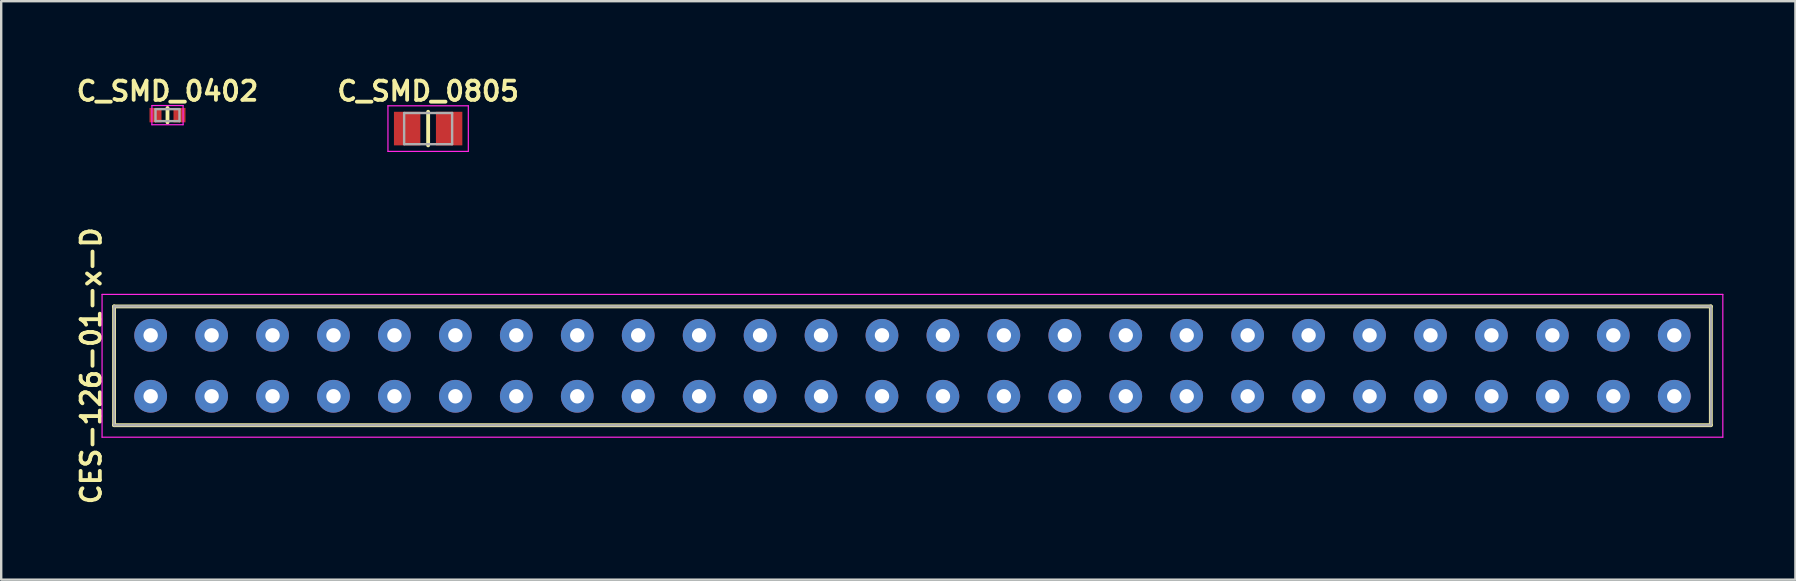
<source format=kicad_pcb>
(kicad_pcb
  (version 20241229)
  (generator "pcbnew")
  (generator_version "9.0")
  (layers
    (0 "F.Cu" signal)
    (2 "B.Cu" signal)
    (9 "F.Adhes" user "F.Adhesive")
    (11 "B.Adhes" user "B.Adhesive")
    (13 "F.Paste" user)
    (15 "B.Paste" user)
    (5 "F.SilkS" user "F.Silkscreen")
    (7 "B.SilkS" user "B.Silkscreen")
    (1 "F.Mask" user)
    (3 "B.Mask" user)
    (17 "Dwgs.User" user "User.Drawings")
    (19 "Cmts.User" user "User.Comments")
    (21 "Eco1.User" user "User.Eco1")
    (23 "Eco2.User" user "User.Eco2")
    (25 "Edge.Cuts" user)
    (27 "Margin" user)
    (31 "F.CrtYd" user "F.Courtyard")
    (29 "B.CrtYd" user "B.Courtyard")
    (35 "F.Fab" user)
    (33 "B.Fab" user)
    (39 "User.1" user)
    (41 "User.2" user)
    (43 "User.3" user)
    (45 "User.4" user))
  (footprint "C_SMD_0805"
    (layer "F.Cu")
    (at 14.794 2.309)
    (property "Reference" "C_SMD_0805" (at 0 -1.56 0) (layer "F.SilkS") (effects (font (size 0.8 0.8) (thickness 0.16))))
    (attr through_hole)
    (fp_line (start 0 -0.7) (end 0 0.7) (stroke (width 0.16) (type solid)) (layer "F.SilkS"))
    (fp_line (start -1.675 0.95) (end -1.675 -0.95) (stroke (width 0.05) (type solid)) (layer "F.CrtYd"))
    (fp_line (start -1.675 0.95) (end 1.675 0.95) (stroke (width 0.05) (type solid)) (layer "F.CrtYd"))
    (fp_line (start 1.675 -0.95) (end -1.675 -0.95) (stroke (width 0.05) (type solid)) (layer "F.CrtYd"))
    (fp_line (start 1.675 -0.95) (end 1.675 0.95) (stroke (width 0.05) (type solid)) (layer "F.CrtYd"))
    (fp_line (start -1 -0.65) (end -1 0.65) (stroke (width 0.1) (type solid)) (layer "F.Fab"))
    (fp_line (start -1 0.65) (end 1 0.65) (stroke (width 0.1) (type solid)) (layer "F.Fab"))
    (fp_line (start 1 -0.65) (end -1 -0.65) (stroke (width 0.1) (type solid)) (layer "F.Fab"))
    (fp_line (start 1 0.65) (end 1 -0.65) (stroke (width 0.1) (type solid)) (layer "F.Fab"))
    (pad "1" smd rect (at -0.875 0) (size 1.1 1.4) (layers "F.Cu" "F.Mask" "F.Paste"))
    (pad "2" smd rect (at 0.875 0) (size 1.1 1.4) (layers "F.Cu" "F.Mask" "F.Paste")))
  (footprint "CES-126-01-x-D"
    (layer "F.Cu")
    (at 3.229 13.466)
    (property "Reference" "CES-126-01-x-D" (at -2.48 -1.27 90) (layer "F.SilkS") (effects (font (size 0.8 0.8) (thickness 0.16))))
    (attr through_hole)
    (fp_line (start -1.525 -3.745) (end -1.525 1.205) (stroke (width 0.16) (type solid)) (layer "F.SilkS"))
    (fp_line (start -1.525 -3.745) (end 65.025 -3.745) (stroke (width 0.16) (type solid)) (layer "F.SilkS"))
    (fp_line (start -1.525 1.205) (end 65.025 1.205) (stroke (width 0.16) (type solid)) (layer "F.SilkS"))
    (fp_line (start 65.025 -3.745) (end 65.025 1.205) (stroke (width 0.16) (type solid)) (layer "F.SilkS"))
    (fp_line (start -2.025 -4.245) (end -2.025 1.705) (stroke (width 0.05) (type solid)) (layer "F.CrtYd"))
    (fp_line (start -2.025 -4.245) (end 65.525 -4.245) (stroke (width 0.05) (type solid)) (layer "F.CrtYd"))
    (fp_line (start 65.525 1.705) (end -2.025 1.705) (stroke (width 0.05) (type solid)) (layer "F.CrtYd"))
    (fp_line (start 65.525 1.705) (end 65.525 -4.245) (stroke (width 0.05) (type solid)) (layer "F.CrtYd"))
    (fp_line (start -1.525 -3.745) (end 65.025 -3.745) (stroke (width 0.1) (type solid)) (layer "F.Fab"))
    (fp_line (start -1.525 1.205) (end -1.525 -3.745) (stroke (width 0.1) (type solid)) (layer "F.Fab"))
    (fp_line (start 65.025 -3.745) (end 65.025 1.205) (stroke (width 0.1) (type solid)) (layer "F.Fab"))
    (fp_line (start 65.025 1.205) (end -1.525 1.205) (stroke (width 0.1) (type solid)) (layer "F.Fab"))
    (pad "1" thru_hole circle (at 0 0) (size 1.365 1.365) (drill 0.6) (layers "*.Cu" "*.Mask"))
    (pad "2" thru_hole circle (at 0 -2.54) (size 1.365 1.365) (drill 0.6) (layers "*.Cu" "*.Mask"))
    (pad "3" thru_hole circle (at 2.54 0) (size 1.365 1.365) (drill 0.6) (layers "*.Cu" "*.Mask"))
    (pad "4" thru_hole circle (at 2.54 -2.54) (size 1.365 1.365) (drill 0.6) (layers "*.Cu" "*.Mask"))
    (pad "5" thru_hole circle (at 5.08 0) (size 1.365 1.365) (drill 0.6) (layers "*.Cu" "*.Mask"))
    (pad "6" thru_hole circle (at 5.08 -2.54) (size 1.365 1.365) (drill 0.6) (layers "*.Cu" "*.Mask"))
    (pad "7" thru_hole circle (at 7.62 0) (size 1.365 1.365) (drill 0.6) (layers "*.Cu" "*.Mask"))
    (pad "8" thru_hole circle (at 7.62 -2.54) (size 1.365 1.365) (drill 0.6) (layers "*.Cu" "*.Mask"))
    (pad "9" thru_hole circle (at 10.16 0) (size 1.365 1.365) (drill 0.6) (layers "*.Cu" "*.Mask"))
    (pad "10" thru_hole circle (at 10.16 -2.54) (size 1.365 1.365) (drill 0.6) (layers "*.Cu" "*.Mask"))
    (pad "11" thru_hole circle (at 12.7 0) (size 1.365 1.365) (drill 0.6) (layers "*.Cu" "*.Mask"))
    (pad "12" thru_hole circle (at 12.7 -2.54) (size 1.365 1.365) (drill 0.6) (layers "*.Cu" "*.Mask"))
    (pad "13" thru_hole circle (at 15.24 0) (size 1.365 1.365) (drill 0.6) (layers "*.Cu" "*.Mask"))
    (pad "14" thru_hole circle (at 15.24 -2.54) (size 1.365 1.365) (drill 0.6) (layers "*.Cu" "*.Mask"))
    (pad "15" thru_hole circle (at 17.78 0) (size 1.365 1.365) (drill 0.6) (layers "*.Cu" "*.Mask"))
    (pad "16" thru_hole circle (at 17.78 -2.54) (size 1.365 1.365) (drill 0.6) (layers "*.Cu" "*.Mask"))
    (pad "17" thru_hole circle (at 20.32 0) (size 1.365 1.365) (drill 0.6) (layers "*.Cu" "*.Mask"))
    (pad "18" thru_hole circle (at 20.32 -2.54) (size 1.365 1.365) (drill 0.6) (layers "*.Cu" "*.Mask"))
    (pad "19" thru_hole circle (at 22.86 0) (size 1.365 1.365) (drill 0.6) (layers "*.Cu" "*.Mask"))
    (pad "20" thru_hole circle (at 22.86 -2.54) (size 1.365 1.365) (drill 0.6) (layers "*.Cu" "*.Mask"))
    (pad "21" thru_hole circle (at 25.4 0) (size 1.365 1.365) (drill 0.6) (layers "*.Cu" "*.Mask"))
    (pad "22" thru_hole circle (at 25.4 -2.54) (size 1.365 1.365) (drill 0.6) (layers "*.Cu" "*.Mask"))
    (pad "23" thru_hole circle (at 27.94 0) (size 1.365 1.365) (drill 0.6) (layers "*.Cu" "*.Mask"))
    (pad "24" thru_hole circle (at 27.94 -2.54) (size 1.365 1.365) (drill 0.6) (layers "*.Cu" "*.Mask"))
    (pad "25" thru_hole circle (at 30.48 0) (size 1.365 1.365) (drill 0.6) (layers "*.Cu" "*.Mask"))
    (pad "26" thru_hole circle (at 30.48 -2.54) (size 1.365 1.365) (drill 0.6) (layers "*.Cu" "*.Mask"))
    (pad "27" thru_hole circle (at 33.02 0) (size 1.365 1.365) (drill 0.6) (layers "*.Cu" "*.Mask"))
    (pad "28" thru_hole circle (at 33.02 -2.54) (size 1.365 1.365) (drill 0.6) (layers "*.Cu" "*.Mask"))
    (pad "29" thru_hole circle (at 35.56 0) (size 1.365 1.365) (drill 0.6) (layers "*.Cu" "*.Mask"))
    (pad "30" thru_hole circle (at 35.56 -2.54) (size 1.365 1.365) (drill 0.6) (layers "*.Cu" "*.Mask"))
    (pad "31" thru_hole circle (at 38.1 0) (size 1.365 1.365) (drill 0.6) (layers "*.Cu" "*.Mask"))
    (pad "32" thru_hole circle (at 38.1 -2.54) (size 1.365 1.365) (drill 0.6) (layers "*.Cu" "*.Mask"))
    (pad "33" thru_hole circle (at 40.64 0) (size 1.365 1.365) (drill 0.6) (layers "*.Cu" "*.Mask"))
    (pad "34" thru_hole circle (at 40.64 -2.54) (size 1.365 1.365) (drill 0.6) (layers "*.Cu" "*.Mask"))
    (pad "35" thru_hole circle (at 43.18 0) (size 1.365 1.365) (drill 0.6) (layers "*.Cu" "*.Mask"))
    (pad "36" thru_hole circle (at 43.18 -2.54) (size 1.365 1.365) (drill 0.6) (layers "*.Cu" "*.Mask"))
    (pad "37" thru_hole circle (at 45.72 0) (size 1.365 1.365) (drill 0.6) (layers "*.Cu" "*.Mask"))
    (pad "38" thru_hole circle (at 45.72 -2.54) (size 1.365 1.365) (drill 0.6) (layers "*.Cu" "*.Mask"))
    (pad "39" thru_hole circle (at 48.26 0) (size 1.365 1.365) (drill 0.6) (layers "*.Cu" "*.Mask"))
    (pad "40" thru_hole circle (at 48.26 -2.54) (size 1.365 1.365) (drill 0.6) (layers "*.Cu" "*.Mask"))
    (pad "41" thru_hole circle (at 50.8 0) (size 1.365 1.365) (drill 0.6) (layers "*.Cu" "*.Mask"))
    (pad "42" thru_hole circle (at 50.8 -2.54) (size 1.365 1.365) (drill 0.6) (layers "*.Cu" "*.Mask"))
    (pad "43" thru_hole circle (at 53.34 0) (size 1.365 1.365) (drill 0.6) (layers "*.Cu" "*.Mask"))
    (pad "44" thru_hole circle (at 53.34 -2.54) (size 1.365 1.365) (drill 0.6) (layers "*.Cu" "*.Mask"))
    (pad "45" thru_hole circle (at 55.88 0) (size 1.365 1.365) (drill 0.6) (layers "*.Cu" "*.Mask"))
    (pad "46" thru_hole circle (at 55.88 -2.54) (size 1.365 1.365) (drill 0.6) (layers "*.Cu" "*.Mask"))
    (pad "47" thru_hole circle (at 58.42 0) (size 1.365 1.365) (drill 0.6) (layers "*.Cu" "*.Mask"))
    (pad "48" thru_hole circle (at 58.42 -2.54) (size 1.365 1.365) (drill 0.6) (layers "*.Cu" "*.Mask"))
    (pad "49" thru_hole circle (at 60.96 0) (size 1.365 1.365) (drill 0.6) (layers "*.Cu" "*.Mask"))
    (pad "50" thru_hole circle (at 60.96 -2.54) (size 1.365 1.365) (drill 0.6) (layers "*.Cu" "*.Mask"))
    (pad "51" thru_hole circle (at 63.5 0) (size 1.365 1.365) (drill 0.6) (layers "*.Cu" "*.Mask"))
    (pad "52" thru_hole circle (at 63.5 -2.54) (size 1.365 1.365) (drill 0.6) (layers "*.Cu" "*.Mask")))
  (footprint "C_SMD_0402"
    (layer "F.Cu")
    (at 3.931 1.749)
    (property "Reference" "C_SMD_0402" (at 0 -1 0) (layer "F.SilkS") (effects (font (size 0.8 0.8) (thickness 0.16))))
    (attr through_hole)
    (fp_line (start 0 -0.3) (end 0 0.3) (stroke (width 0.16) (type solid)) (layer "F.SilkS"))
    (fp_line (start -0.65 -0.4) (end 0.65 -0.4) (stroke (width 0.05) (type solid)) (layer "F.CrtYd"))
    (fp_line (start -0.65 0.4) (end -0.65 -0.4) (stroke (width 0.05) (type solid)) (layer "F.CrtYd"))
    (fp_line (start -0.65 0.4) (end 0.65 0.4) (stroke (width 0.05) (type solid)) (layer "F.CrtYd"))
    (fp_line (start 0.65 0.4) (end 0.65 -0.4) (stroke (width 0.05) (type solid)) (layer "F.CrtYd"))
    (fp_line (start -0.5 -0.25) (end 0.5 -0.25) (stroke (width 0.1) (type solid)) (layer "F.Fab"))
    (fp_line (start -0.5 0.25) (end -0.5 -0.25) (stroke (width 0.1) (type solid)) (layer "F.Fab"))
    (fp_line (start -0.5 0.25) (end 0.5 0.25) (stroke (width 0.1) (type solid)) (layer "F.Fab"))
    (fp_line (start 0.5 0.25) (end 0.5 -0.25) (stroke (width 0.1) (type solid)) (layer "F.Fab"))
    (pad "1" smd rect (at -0.5 0) (size 0.5 0.6) (layers "F.Cu" "F.Mask" "F.Paste"))
    (pad "2" smd rect (at 0.5 0) (size 0.5 0.6) (layers "F.Cu" "F.Mask" "F.Paste")))
  (gr_rect
    (start -3 -3)
    (end 71.779 21.109)
    (stroke (width 0.1) (type default))
    (fill no)
    (layer "Edge.Cuts")))
</source>
